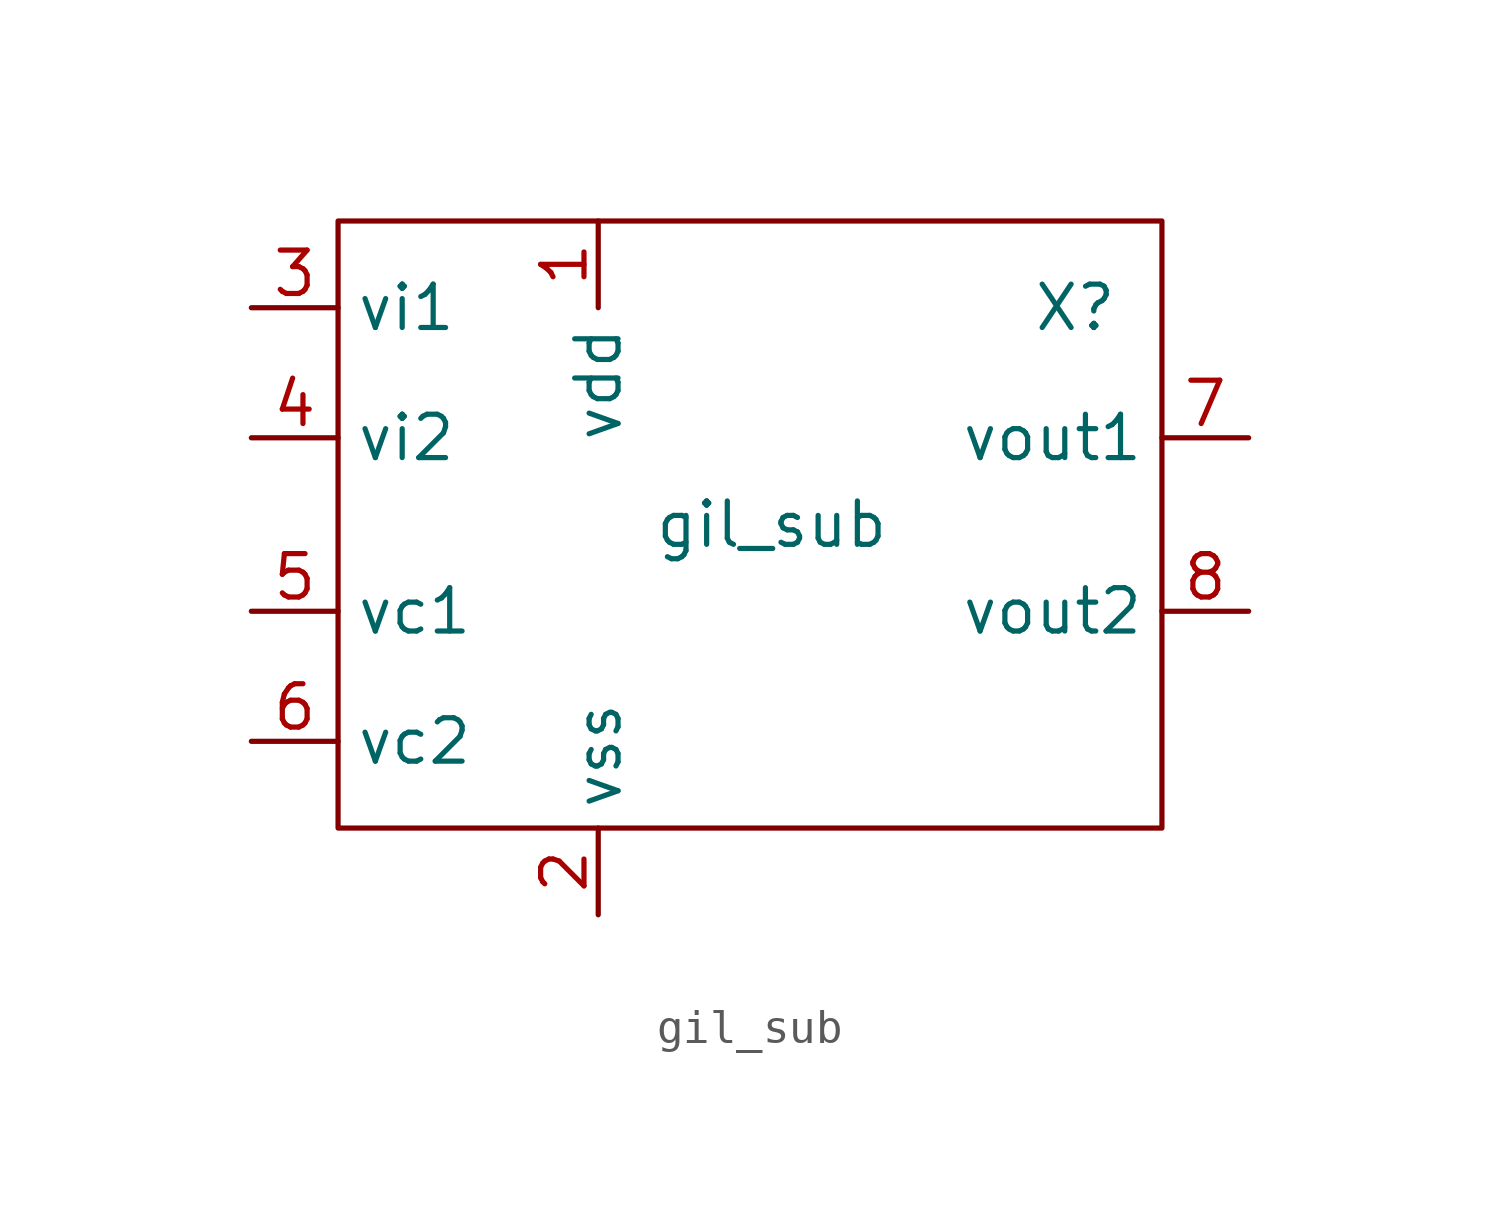
<source format=kicad_sym>
(kicad_symbol_lib
  (version 20211014)
  (generator kicad_symbol_editor)
  (symbol "gil_sub"
    (property "Reference" "X"
      (at 8.89 6.35 0)
      (effects (font (size 1.27 1.27))))
    (property "Value" "gil_sub"
      (at 0 0 0)
      (effects (font (size 1.27 1.27))))
    (symbol "gil_sub_0_0"
      (pin input line (at -5.08 8.89 270) (length 2.54) (name "vdd" (effects (font (size 1.27 1.27)))) (number "1" (effects (font (size 1.27 1.27)))))
      (pin input line (at -5.08 -11.43 90) (length 2.54) (name "vss" (effects (font (size 1.27 1.27)))) (number "2" (effects (font (size 1.27 1.27)))))
      (pin input line (at -15.24 6.35 0) (length 2.54) (name "vi1" (effects (font (size 1.27 1.27)))) (number "3" (effects (font (size 1.27 1.27)))))
      (pin input line (at -15.24 2.54 0) (length 2.54) (name "vi2" (effects (font (size 1.27 1.27)))) (number "4" (effects (font (size 1.27 1.27)))))
      (pin input line (at -15.24 -2.54 0) (length 2.54) (name "vc1" (effects (font (size 1.27 1.27)))) (number "5" (effects (font (size 1.27 1.27)))))
      (pin input line (at -15.24 -6.35 0) (length 2.54) (name "vc2" (effects (font (size 1.27 1.27)))) (number "6" (effects (font (size 1.27 1.27)))))
      (pin output line (at 13.97 2.54 180) (length 2.54) (name "vout1" (effects (font (size 1.27 1.27)))) (number "7" (effects (font (size 1.27 1.27)))))
      (pin output line (at 13.97 -2.54 180) (length 2.54) (name "vout2" (effects (font (size 1.27 1.27)))) (number "8" (effects (font (size 1.27 1.27))))))
    (symbol "gil_sub_0_1"
      (rectangle (start -12.7 8.89) (end 11.43 -8.89) (stroke (width 0) (type default) (color 0 0 0 0)) (fill (type none))))))
</source>
